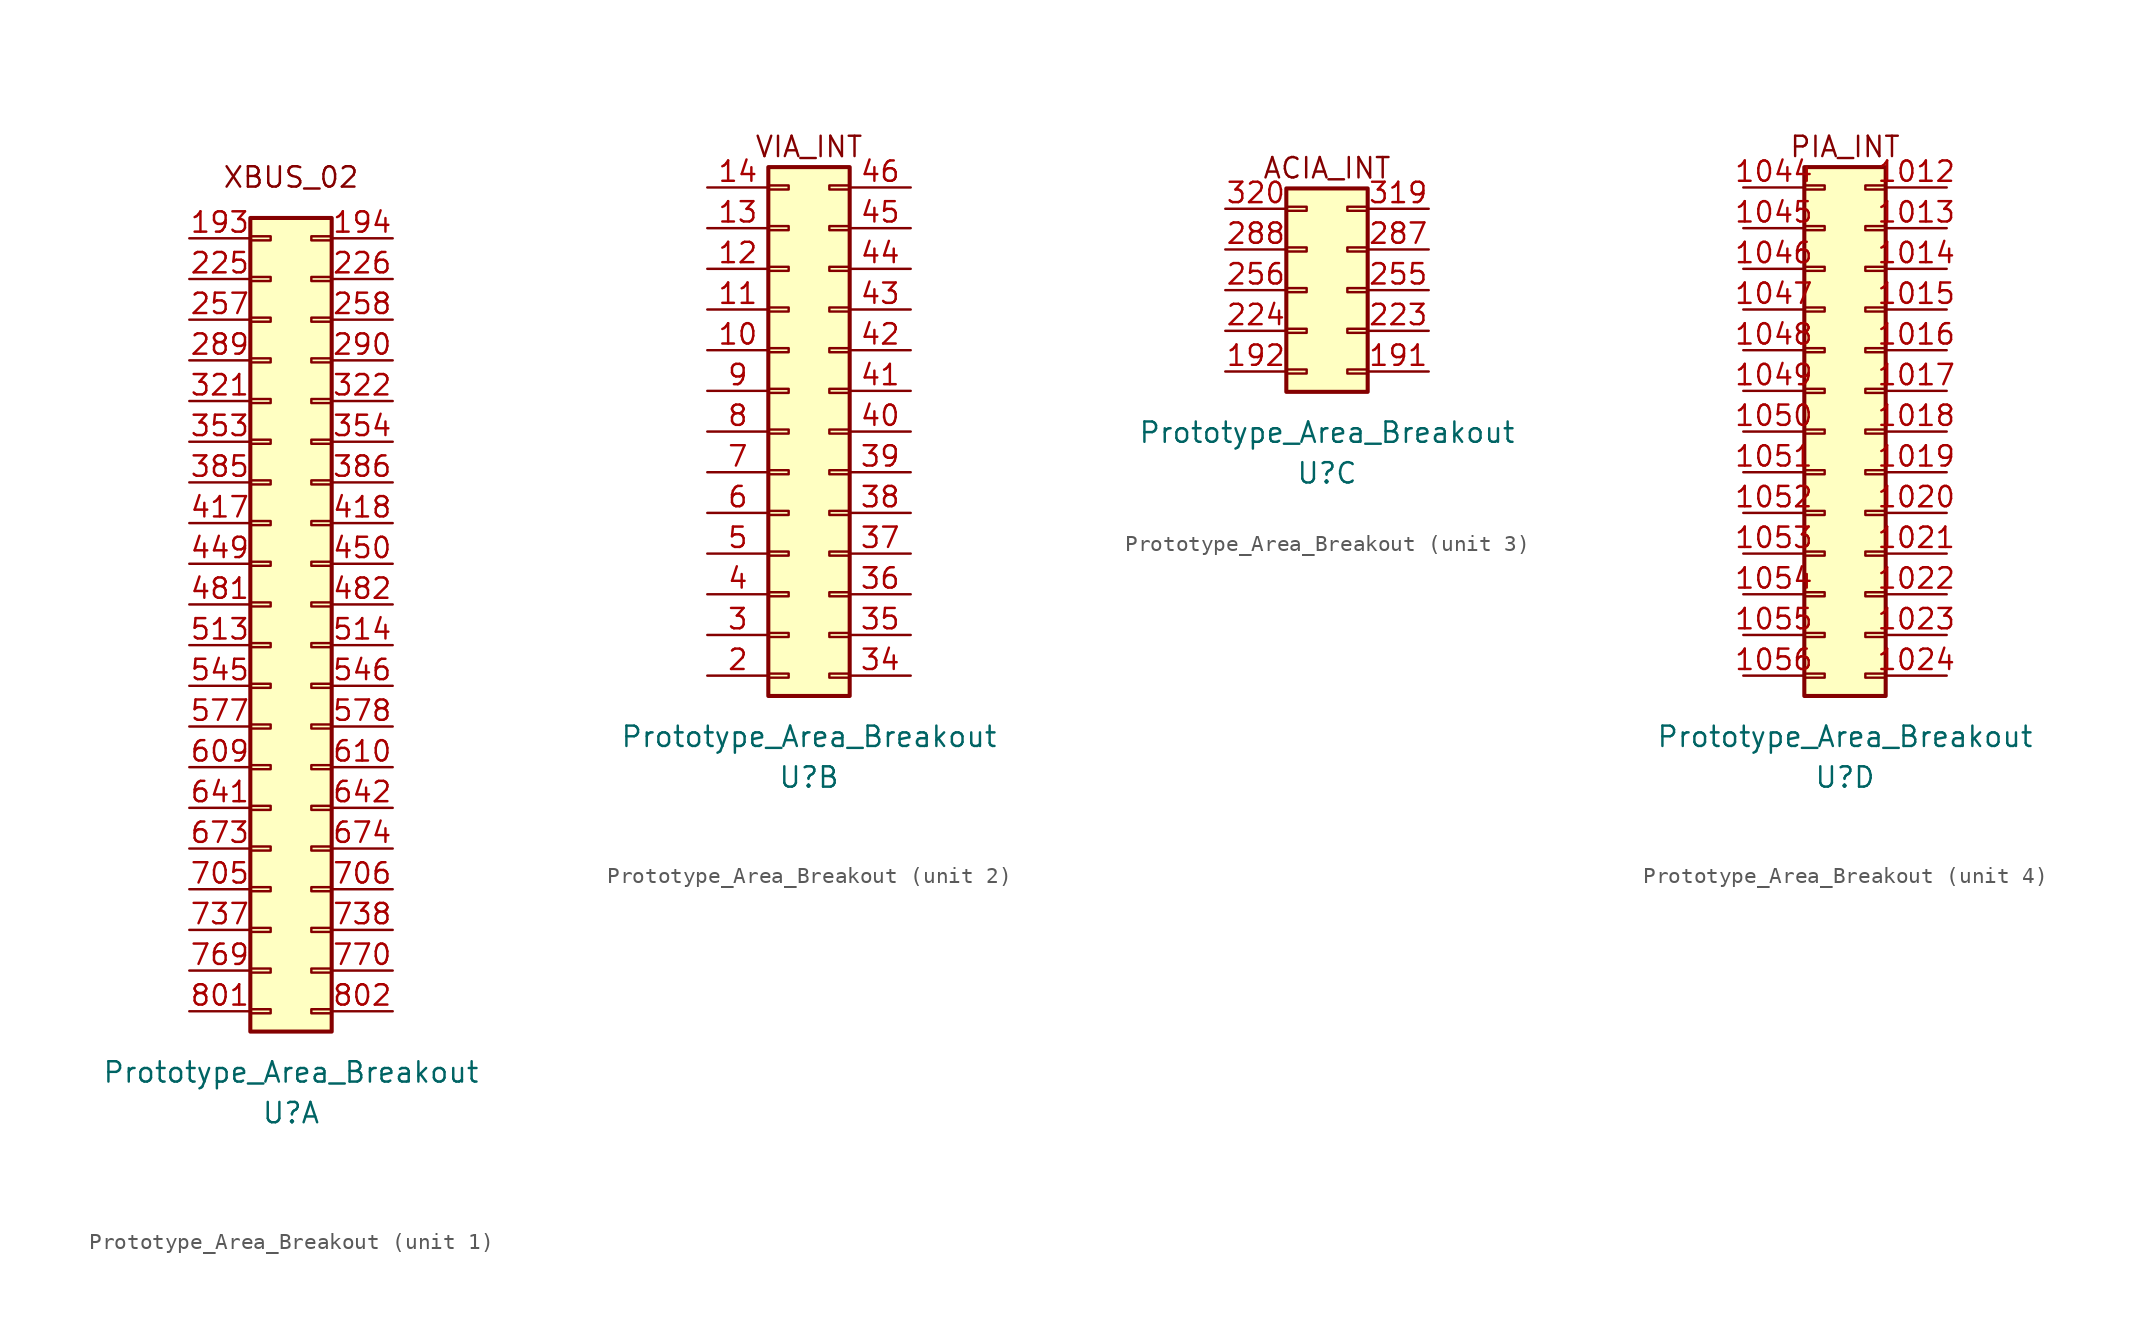
<source format=kicad_sym>
(kicad_symbol_lib
  (version 20211014)
  (generator kicad_symbol_editor)
  (symbol "Prototype_Area_Breakout"
    (pin_names hide)
    (property "Reference" "U"
      (at 0 -5.08 0)
      (effects (font (size 1.27 1.27))))
    (property "Value" "Prototype_Area_Breakout"
      (at 0 -2.54 0)
      (effects (font (size 1.27 1.27))))
    (symbol "Prototype_Area_Breakout_0_0"
      (text "" (at 6.35 17.78 0) (effects (font (size 1.27 1.27)))))
    (symbol "Prototype_Area_Breakout_1_0"
      (text "XBUS_02" (at 0 53.34 0) (effects (font (size 1.27 1.27)))))
    (symbol "Prototype_Area_Breakout_1_1"
      (rectangle (start -2.54 1.397) (end -1.27 1.143) (stroke (width 0.152) (type default) (color 0 0 0 0)) (fill (type none)))
      (rectangle (start -2.54 3.937) (end -1.27 3.683) (stroke (width 0.152) (type default) (color 0 0 0 0)) (fill (type none)))
      (rectangle (start -2.54 6.477) (end -1.27 6.223) (stroke (width 0.152) (type default) (color 0 0 0 0)) (fill (type none)))
      (rectangle (start -2.54 9.017) (end -1.27 8.763) (stroke (width 0.152) (type default) (color 0 0 0 0)) (fill (type none)))
      (rectangle (start -2.54 11.557) (end -1.27 11.303) (stroke (width 0.152) (type default) (color 0 0 0 0)) (fill (type none)))
      (rectangle (start -2.54 14.097) (end -1.27 13.843) (stroke (width 0.152) (type default) (color 0 0 0 0)) (fill (type none)))
      (rectangle (start -2.54 16.637) (end -1.27 16.383) (stroke (width 0.152) (type default) (color 0 0 0 0)) (fill (type none)))
      (rectangle (start -2.54 19.177) (end -1.27 18.923) (stroke (width 0.152) (type default) (color 0 0 0 0)) (fill (type none)))
      (rectangle (start -2.54 21.717) (end -1.27 21.463) (stroke (width 0.152) (type default) (color 0 0 0 0)) (fill (type none)))
      (rectangle (start -2.54 24.257) (end -1.27 24.003) (stroke (width 0.152) (type default) (color 0 0 0 0)) (fill (type none)))
      (rectangle (start -2.54 26.797) (end -1.27 26.543) (stroke (width 0.152) (type default) (color 0 0 0 0)) (fill (type none)))
      (rectangle (start -2.54 29.337) (end -1.27 29.083) (stroke (width 0.152) (type default) (color 0 0 0 0)) (fill (type none)))
      (rectangle (start -2.54 31.877) (end -1.27 31.623) (stroke (width 0.152) (type default) (color 0 0 0 0)) (fill (type none)))
      (rectangle (start -2.54 34.417) (end -1.27 34.163) (stroke (width 0.152) (type default) (color 0 0 0 0)) (fill (type none)))
      (rectangle (start -2.54 36.957) (end -1.27 36.703) (stroke (width 0.152) (type default) (color 0 0 0 0)) (fill (type none)))
      (rectangle (start -2.54 39.497) (end -1.27 39.243) (stroke (width 0.152) (type default) (color 0 0 0 0)) (fill (type none)))
      (rectangle (start -2.54 42.037) (end -1.27 41.783) (stroke (width 0.152) (type default) (color 0 0 0 0)) (fill (type none)))
      (rectangle (start -2.54 44.577) (end -1.27 44.323) (stroke (width 0.152) (type default) (color 0 0 0 0)) (fill (type none)))
      (rectangle (start -2.54 47.117) (end -1.27 46.863) (stroke (width 0.152) (type default) (color 0 0 0 0)) (fill (type none)))
      (rectangle (start -2.54 49.657) (end -1.27 49.403) (stroke (width 0.152) (type default) (color 0 0 0 0)) (fill (type none)))
      (rectangle (start -2.54 50.8) (end 2.54 0) (stroke (width 0.254) (type default) (color 0 0 0 0)) (fill (type background)))
      (rectangle (start 2.54 1.397) (end 1.27 1.143) (stroke (width 0.152) (type default) (color 0 0 0 0)) (fill (type none)))
      (rectangle (start 2.54 3.937) (end 1.27 3.683) (stroke (width 0.152) (type default) (color 0 0 0 0)) (fill (type none)))
      (rectangle (start 2.54 6.477) (end 1.27 6.223) (stroke (width 0.152) (type default) (color 0 0 0 0)) (fill (type none)))
      (rectangle (start 2.54 9.017) (end 1.27 8.763) (stroke (width 0.152) (type default) (color 0 0 0 0)) (fill (type none)))
      (rectangle (start 2.54 11.557) (end 1.27 11.303) (stroke (width 0.152) (type default) (color 0 0 0 0)) (fill (type none)))
      (rectangle (start 2.54 14.097) (end 1.27 13.843) (stroke (width 0.152) (type default) (color 0 0 0 0)) (fill (type none)))
      (rectangle (start 2.54 16.637) (end 1.27 16.383) (stroke (width 0.152) (type default) (color 0 0 0 0)) (fill (type none)))
      (rectangle (start 2.54 19.177) (end 1.27 18.923) (stroke (width 0.152) (type default) (color 0 0 0 0)) (fill (type none)))
      (rectangle (start 2.54 21.717) (end 1.27 21.463) (stroke (width 0.152) (type default) (color 0 0 0 0)) (fill (type none)))
      (rectangle (start 2.54 24.257) (end 1.27 24.003) (stroke (width 0.152) (type default) (color 0 0 0 0)) (fill (type none)))
      (rectangle (start 2.54 26.797) (end 1.27 26.543) (stroke (width 0.152) (type default) (color 0 0 0 0)) (fill (type none)))
      (rectangle (start 2.54 29.337) (end 1.27 29.083) (stroke (width 0.152) (type default) (color 0 0 0 0)) (fill (type none)))
      (rectangle (start 2.54 31.877) (end 1.27 31.623) (stroke (width 0.152) (type default) (color 0 0 0 0)) (fill (type none)))
      (rectangle (start 2.54 34.417) (end 1.27 34.163) (stroke (width 0.152) (type default) (color 0 0 0 0)) (fill (type none)))
      (rectangle (start 2.54 36.957) (end 1.27 36.703) (stroke (width 0.152) (type default) (color 0 0 0 0)) (fill (type none)))
      (rectangle (start 2.54 39.497) (end 1.27 39.243) (stroke (width 0.152) (type default) (color 0 0 0 0)) (fill (type none)))
      (rectangle (start 2.54 42.037) (end 1.27 41.783) (stroke (width 0.152) (type default) (color 0 0 0 0)) (fill (type none)))
      (rectangle (start 2.54 44.577) (end 1.27 44.323) (stroke (width 0.152) (type default) (color 0 0 0 0)) (fill (type none)))
      (rectangle (start 2.54 47.117) (end 1.27 46.863) (stroke (width 0.152) (type default) (color 0 0 0 0)) (fill (type none)))
      (rectangle (start 2.54 49.657) (end 1.27 49.403) (stroke (width 0.152) (type default) (color 0 0 0 0)) (fill (type none)))
      (pin passive line (at -6.35 49.53 0) (length 3.81) (name "Pin_1" (effects (font (size 1.27 1.27)))) (number "193" (effects (font (size 1.27 1.27)))))
      (pin passive line (at 6.35 49.53 180) (length 3.81) (name "Pin_2" (effects (font (size 1.27 1.27)))) (number "194" (effects (font (size 1.27 1.27)))))
      (pin passive line (at -6.35 46.99 0) (length 3.81) (name "Pin_3" (effects (font (size 1.27 1.27)))) (number "225" (effects (font (size 1.27 1.27)))))
      (pin passive line (at 6.35 46.99 180) (length 3.81) (name "Pin_4" (effects (font (size 1.27 1.27)))) (number "226" (effects (font (size 1.27 1.27)))))
      (pin passive line (at -6.35 44.45 0) (length 3.81) (name "Pin_5" (effects (font (size 1.27 1.27)))) (number "257" (effects (font (size 1.27 1.27)))))
      (pin passive line (at 6.35 44.45 180) (length 3.81) (name "Pin_6" (effects (font (size 1.27 1.27)))) (number "258" (effects (font (size 1.27 1.27)))))
      (pin passive line (at -6.35 41.91 0) (length 3.81) (name "Pin_7" (effects (font (size 1.27 1.27)))) (number "289" (effects (font (size 1.27 1.27)))))
      (pin passive line (at 6.35 41.91 180) (length 3.81) (name "Pin_8" (effects (font (size 1.27 1.27)))) (number "290" (effects (font (size 1.27 1.27)))))
      (pin passive line (at -6.35 39.37 0) (length 3.81) (name "Pin_9" (effects (font (size 1.27 1.27)))) (number "321" (effects (font (size 1.27 1.27)))))
      (pin passive line (at 6.35 39.37 180) (length 3.81) (name "Pin_10" (effects (font (size 1.27 1.27)))) (number "322" (effects (font (size 1.27 1.27)))))
      (pin passive line (at -6.35 36.83 0) (length 3.81) (name "Pin_11" (effects (font (size 1.27 1.27)))) (number "353" (effects (font (size 1.27 1.27)))))
      (pin passive line (at 6.35 36.83 180) (length 3.81) (name "Pin_12" (effects (font (size 1.27 1.27)))) (number "354" (effects (font (size 1.27 1.27)))))
      (pin passive line (at -6.35 34.29 0) (length 3.81) (name "Pin_13" (effects (font (size 1.27 1.27)))) (number "385" (effects (font (size 1.27 1.27)))))
      (pin passive line (at 6.35 34.29 180) (length 3.81) (name "Pin_14" (effects (font (size 1.27 1.27)))) (number "386" (effects (font (size 1.27 1.27)))))
      (pin passive line (at -6.35 31.75 0) (length 3.81) (name "Pin_15" (effects (font (size 1.27 1.27)))) (number "417" (effects (font (size 1.27 1.27)))))
      (pin passive line (at 6.35 31.75 180) (length 3.81) (name "Pin_16" (effects (font (size 1.27 1.27)))) (number "418" (effects (font (size 1.27 1.27)))))
      (pin passive line (at -6.35 29.21 0) (length 3.81) (name "Pin_17" (effects (font (size 1.27 1.27)))) (number "449" (effects (font (size 1.27 1.27)))))
      (pin passive line (at 6.35 29.21 180) (length 3.81) (name "Pin_18" (effects (font (size 1.27 1.27)))) (number "450" (effects (font (size 1.27 1.27)))))
      (pin passive line (at -6.35 26.67 0) (length 3.81) (name "Pin_19" (effects (font (size 1.27 1.27)))) (number "481" (effects (font (size 1.27 1.27)))))
      (pin passive line (at 6.35 26.67 180) (length 3.81) (name "Pin_20" (effects (font (size 1.27 1.27)))) (number "482" (effects (font (size 1.27 1.27)))))
      (pin passive line (at -6.35 24.13 0) (length 3.81) (name "Pin_21" (effects (font (size 1.27 1.27)))) (number "513" (effects (font (size 1.27 1.27)))))
      (pin passive line (at 6.35 24.13 180) (length 3.81) (name "Pin_22" (effects (font (size 1.27 1.27)))) (number "514" (effects (font (size 1.27 1.27)))))
      (pin passive line (at -6.35 21.59 0) (length 3.81) (name "Pin_23" (effects (font (size 1.27 1.27)))) (number "545" (effects (font (size 1.27 1.27)))))
      (pin passive line (at 6.35 21.59 180) (length 3.81) (name "Pin_24" (effects (font (size 1.27 1.27)))) (number "546" (effects (font (size 1.27 1.27)))))
      (pin passive line (at -6.35 19.05 0) (length 3.81) (name "Pin_25" (effects (font (size 1.27 1.27)))) (number "577" (effects (font (size 1.27 1.27)))))
      (pin passive line (at 6.35 19.05 180) (length 3.81) (name "Pin_26" (effects (font (size 1.27 1.27)))) (number "578" (effects (font (size 1.27 1.27)))))
      (pin passive line (at -6.35 16.51 0) (length 3.81) (name "Pin_27" (effects (font (size 1.27 1.27)))) (number "609" (effects (font (size 1.27 1.27)))))
      (pin passive line (at 6.35 16.51 180) (length 3.81) (name "Pin_28" (effects (font (size 1.27 1.27)))) (number "610" (effects (font (size 1.27 1.27)))))
      (pin passive line (at -6.35 13.97 0) (length 3.81) (name "Pin_29" (effects (font (size 1.27 1.27)))) (number "641" (effects (font (size 1.27 1.27)))))
      (pin passive line (at 6.35 13.97 180) (length 3.81) (name "Pin_30" (effects (font (size 1.27 1.27)))) (number "642" (effects (font (size 1.27 1.27)))))
      (pin passive line (at -6.35 11.43 0) (length 3.81) (name "Pin_31" (effects (font (size 1.27 1.27)))) (number "673" (effects (font (size 1.27 1.27)))))
      (pin passive line (at 6.35 11.43 180) (length 3.81) (name "Pin_32" (effects (font (size 1.27 1.27)))) (number "674" (effects (font (size 1.27 1.27)))))
      (pin passive line (at -6.35 8.89 0) (length 3.81) (name "Pin_33" (effects (font (size 1.27 1.27)))) (number "705" (effects (font (size 1.27 1.27)))))
      (pin passive line (at 6.35 8.89 180) (length 3.81) (name "Pin_34" (effects (font (size 1.27 1.27)))) (number "706" (effects (font (size 1.27 1.27)))))
      (pin passive line (at -6.35 6.35 0) (length 3.81) (name "Pin_35" (effects (font (size 1.27 1.27)))) (number "737" (effects (font (size 1.27 1.27)))))
      (pin passive line (at 6.35 6.35 180) (length 3.81) (name "Pin_36" (effects (font (size 1.27 1.27)))) (number "738" (effects (font (size 1.27 1.27)))))
      (pin passive line (at -6.35 3.81 0) (length 3.81) (name "Pin_37" (effects (font (size 1.27 1.27)))) (number "769" (effects (font (size 1.27 1.27)))))
      (pin passive line (at 6.35 3.81 180) (length 3.81) (name "Pin_38" (effects (font (size 1.27 1.27)))) (number "770" (effects (font (size 1.27 1.27)))))
      (pin passive line (at -6.35 1.27 0) (length 3.81) (name "Pin_39" (effects (font (size 1.27 1.27)))) (number "801" (effects (font (size 1.27 1.27)))))
      (pin passive line (at 6.35 1.27 180) (length 3.81) (name "Pin_40" (effects (font (size 1.27 1.27)))) (number "802" (effects (font (size 1.27 1.27))))))
    (symbol "Prototype_Area_Breakout_2_0"
      (text "VIA_INT" (at 0 34.29 0) (effects (font (size 1.27 1.27)))))
    (symbol "Prototype_Area_Breakout_2_1"
      (rectangle (start -2.54 1.397) (end -1.27 1.143) (stroke (width 0.152) (type default) (color 0 0 0 0)) (fill (type none)))
      (rectangle (start -2.54 3.937) (end -1.27 3.683) (stroke (width 0.152) (type default) (color 0 0 0 0)) (fill (type none)))
      (rectangle (start -2.54 6.477) (end -1.27 6.223) (stroke (width 0.152) (type default) (color 0 0 0 0)) (fill (type none)))
      (rectangle (start -2.54 9.017) (end -1.27 8.763) (stroke (width 0.152) (type default) (color 0 0 0 0)) (fill (type none)))
      (rectangle (start -2.54 11.557) (end -1.27 11.303) (stroke (width 0.152) (type default) (color 0 0 0 0)) (fill (type none)))
      (rectangle (start -2.54 14.097) (end -1.27 13.843) (stroke (width 0.152) (type default) (color 0 0 0 0)) (fill (type none)))
      (rectangle (start -2.54 16.637) (end -1.27 16.383) (stroke (width 0.152) (type default) (color 0 0 0 0)) (fill (type none)))
      (rectangle (start -2.54 19.177) (end -1.27 18.923) (stroke (width 0.152) (type default) (color 0 0 0 0)) (fill (type none)))
      (rectangle (start -2.54 21.717) (end -1.27 21.463) (stroke (width 0.152) (type default) (color 0 0 0 0)) (fill (type none)))
      (rectangle (start -2.54 24.257) (end -1.27 24.003) (stroke (width 0.152) (type default) (color 0 0 0 0)) (fill (type none)))
      (rectangle (start -2.54 26.797) (end -1.27 26.543) (stroke (width 0.152) (type default) (color 0 0 0 0)) (fill (type none)))
      (rectangle (start -2.54 29.337) (end -1.27 29.083) (stroke (width 0.152) (type default) (color 0 0 0 0)) (fill (type none)))
      (rectangle (start -2.54 31.877) (end -1.27 31.623) (stroke (width 0.152) (type default) (color 0 0 0 0)) (fill (type none)))
      (rectangle (start -2.54 33.02) (end 2.54 0) (stroke (width 0.254) (type default) (color 0 0 0 0)) (fill (type background)))
      (rectangle (start 2.54 1.397) (end 1.27 1.143) (stroke (width 0.152) (type default) (color 0 0 0 0)) (fill (type none)))
      (rectangle (start 2.54 3.937) (end 1.27 3.683) (stroke (width 0.152) (type default) (color 0 0 0 0)) (fill (type none)))
      (rectangle (start 2.54 6.477) (end 1.27 6.223) (stroke (width 0.152) (type default) (color 0 0 0 0)) (fill (type none)))
      (rectangle (start 2.54 9.017) (end 1.27 8.763) (stroke (width 0.152) (type default) (color 0 0 0 0)) (fill (type none)))
      (rectangle (start 2.54 11.557) (end 1.27 11.303) (stroke (width 0.152) (type default) (color 0 0 0 0)) (fill (type none)))
      (rectangle (start 2.54 14.097) (end 1.27 13.843) (stroke (width 0.152) (type default) (color 0 0 0 0)) (fill (type none)))
      (rectangle (start 2.54 16.637) (end 1.27 16.383) (stroke (width 0.152) (type default) (color 0 0 0 0)) (fill (type none)))
      (rectangle (start 2.54 19.177) (end 1.27 18.923) (stroke (width 0.152) (type default) (color 0 0 0 0)) (fill (type none)))
      (rectangle (start 2.54 21.717) (end 1.27 21.463) (stroke (width 0.152) (type default) (color 0 0 0 0)) (fill (type none)))
      (rectangle (start 2.54 24.257) (end 1.27 24.003) (stroke (width 0.152) (type default) (color 0 0 0 0)) (fill (type none)))
      (rectangle (start 2.54 26.797) (end 1.27 26.543) (stroke (width 0.152) (type default) (color 0 0 0 0)) (fill (type none)))
      (rectangle (start 2.54 29.337) (end 1.27 29.083) (stroke (width 0.152) (type default) (color 0 0 0 0)) (fill (type none)))
      (rectangle (start 2.54 31.877) (end 1.27 31.623) (stroke (width 0.152) (type default) (color 0 0 0 0)) (fill (type none)))
      (pin passive line (at -6.35 21.59 0) (length 3.81) (name "Pin_9" (effects (font (size 1.27 1.27)))) (number "10" (effects (font (size 1.27 1.27)))))
      (pin passive line (at -6.35 24.13 0) (length 3.81) (name "Pin_7" (effects (font (size 1.27 1.27)))) (number "11" (effects (font (size 1.27 1.27)))))
      (pin passive line (at -6.35 26.67 0) (length 3.81) (name "Pin_5" (effects (font (size 1.27 1.27)))) (number "12" (effects (font (size 1.27 1.27)))))
      (pin passive line (at -6.35 29.21 0) (length 3.81) (name "Pin_3" (effects (font (size 1.27 1.27)))) (number "13" (effects (font (size 1.27 1.27)))))
      (pin passive line (at -6.35 31.75 0) (length 3.81) (name "Pin_1" (effects (font (size 1.27 1.27)))) (number "14" (effects (font (size 1.27 1.27)))))
      (pin passive line (at -6.35 1.27 0) (length 3.81) (name "Pin_25" (effects (font (size 1.27 1.27)))) (number "2" (effects (font (size 1.27 1.27)))))
      (pin passive line (at -6.35 3.81 0) (length 3.81) (name "Pin_23" (effects (font (size 1.27 1.27)))) (number "3" (effects (font (size 1.27 1.27)))))
      (pin passive line (at 6.35 1.27 180) (length 3.81) (name "Pin_26" (effects (font (size 1.27 1.27)))) (number "34" (effects (font (size 1.27 1.27)))))
      (pin passive line (at 6.35 3.81 180) (length 3.81) (name "Pin_24" (effects (font (size 1.27 1.27)))) (number "35" (effects (font (size 1.27 1.27)))))
      (pin passive line (at 6.35 6.35 180) (length 3.81) (name "Pin_22" (effects (font (size 1.27 1.27)))) (number "36" (effects (font (size 1.27 1.27)))))
      (pin passive line (at 6.35 8.89 180) (length 3.81) (name "Pin_20" (effects (font (size 1.27 1.27)))) (number "37" (effects (font (size 1.27 1.27)))))
      (pin passive line (at 6.35 11.43 180) (length 3.81) (name "Pin_18" (effects (font (size 1.27 1.27)))) (number "38" (effects (font (size 1.27 1.27)))))
      (pin passive line (at 6.35 13.97 180) (length 3.81) (name "Pin_16" (effects (font (size 1.27 1.27)))) (number "39" (effects (font (size 1.27 1.27)))))
      (pin passive line (at -6.35 6.35 0) (length 3.81) (name "Pin_21" (effects (font (size 1.27 1.27)))) (number "4" (effects (font (size 1.27 1.27)))))
      (pin passive line (at 6.35 16.51 180) (length 3.81) (name "Pin_14" (effects (font (size 1.27 1.27)))) (number "40" (effects (font (size 1.27 1.27)))))
      (pin passive line (at 6.35 19.05 180) (length 3.81) (name "Pin_12" (effects (font (size 1.27 1.27)))) (number "41" (effects (font (size 1.27 1.27)))))
      (pin passive line (at 6.35 21.59 180) (length 3.81) (name "Pin_10" (effects (font (size 1.27 1.27)))) (number "42" (effects (font (size 1.27 1.27)))))
      (pin passive line (at 6.35 24.13 180) (length 3.81) (name "Pin_8" (effects (font (size 1.27 1.27)))) (number "43" (effects (font (size 1.27 1.27)))))
      (pin passive line (at 6.35 26.67 180) (length 3.81) (name "Pin_6" (effects (font (size 1.27 1.27)))) (number "44" (effects (font (size 1.27 1.27)))))
      (pin passive line (at 6.35 29.21 180) (length 3.81) (name "Pin_4" (effects (font (size 1.27 1.27)))) (number "45" (effects (font (size 1.27 1.27)))))
      (pin passive line (at 6.35 31.75 180) (length 3.81) (name "Pin_2" (effects (font (size 1.27 1.27)))) (number "46" (effects (font (size 1.27 1.27)))))
      (pin passive line (at -6.35 8.89 0) (length 3.81) (name "Pin_19" (effects (font (size 1.27 1.27)))) (number "5" (effects (font (size 1.27 1.27)))))
      (pin passive line (at -6.35 11.43 0) (length 3.81) (name "Pin_17" (effects (font (size 1.27 1.27)))) (number "6" (effects (font (size 1.27 1.27)))))
      (pin passive line (at -6.35 13.97 0) (length 3.81) (name "Pin_15" (effects (font (size 1.27 1.27)))) (number "7" (effects (font (size 1.27 1.27)))))
      (pin passive line (at -6.35 16.51 0) (length 3.81) (name "Pin_13" (effects (font (size 1.27 1.27)))) (number "8" (effects (font (size 1.27 1.27)))))
      (pin passive line (at -6.35 19.05 0) (length 3.81) (name "Pin_11" (effects (font (size 1.27 1.27)))) (number "9" (effects (font (size 1.27 1.27))))))
    (symbol "Prototype_Area_Breakout_3_0"
      (text "ACIA_INT" (at 0 13.97 0) (effects (font (size 1.27 1.27)))))
    (symbol "Prototype_Area_Breakout_3_1"
      (rectangle (start -2.54 1.397) (end -1.27 1.143) (stroke (width 0.152) (type default) (color 0 0 0 0)) (fill (type none)))
      (rectangle (start -2.54 3.937) (end -1.27 3.683) (stroke (width 0.152) (type default) (color 0 0 0 0)) (fill (type none)))
      (rectangle (start -2.54 6.477) (end -1.27 6.223) (stroke (width 0.152) (type default) (color 0 0 0 0)) (fill (type none)))
      (rectangle (start -2.54 9.017) (end -1.27 8.763) (stroke (width 0.152) (type default) (color 0 0 0 0)) (fill (type none)))
      (rectangle (start -2.54 11.557) (end -1.27 11.303) (stroke (width 0.152) (type default) (color 0 0 0 0)) (fill (type none)))
      (rectangle (start -2.54 12.7) (end 2.54 0) (stroke (width 0.254) (type default) (color 0 0 0 0)) (fill (type background)))
      (rectangle (start 2.54 1.397) (end 1.27 1.143) (stroke (width 0.152) (type default) (color 0 0 0 0)) (fill (type none)))
      (rectangle (start 2.54 3.937) (end 1.27 3.683) (stroke (width 0.152) (type default) (color 0 0 0 0)) (fill (type none)))
      (rectangle (start 2.54 6.477) (end 1.27 6.223) (stroke (width 0.152) (type default) (color 0 0 0 0)) (fill (type none)))
      (rectangle (start 2.54 9.017) (end 1.27 8.763) (stroke (width 0.152) (type default) (color 0 0 0 0)) (fill (type none)))
      (rectangle (start 2.54 11.557) (end 1.27 11.303) (stroke (width 0.152) (type default) (color 0 0 0 0)) (fill (type none)))
      (pin passive line (at 6.35 1.27 180) (length 3.81) (name "Pin_10" (effects (font (size 1.27 1.27)))) (number "191" (effects (font (size 1.27 1.27)))))
      (pin passive line (at -6.35 1.27 0) (length 3.81) (name "Pin_9" (effects (font (size 1.27 1.27)))) (number "192" (effects (font (size 1.27 1.27)))))
      (pin passive line (at 6.35 3.81 180) (length 3.81) (name "Pin_8" (effects (font (size 1.27 1.27)))) (number "223" (effects (font (size 1.27 1.27)))))
      (pin passive line (at -6.35 3.81 0) (length 3.81) (name "Pin_7" (effects (font (size 1.27 1.27)))) (number "224" (effects (font (size 1.27 1.27)))))
      (pin passive line (at 6.35 6.35 180) (length 3.81) (name "Pin_6" (effects (font (size 1.27 1.27)))) (number "255" (effects (font (size 1.27 1.27)))))
      (pin passive line (at -6.35 6.35 0) (length 3.81) (name "Pin_5" (effects (font (size 1.27 1.27)))) (number "256" (effects (font (size 1.27 1.27)))))
      (pin passive line (at 6.35 8.89 180) (length 3.81) (name "Pin_4" (effects (font (size 1.27 1.27)))) (number "287" (effects (font (size 1.27 1.27)))))
      (pin passive line (at -6.35 8.89 0) (length 3.81) (name "Pin_3" (effects (font (size 1.27 1.27)))) (number "288" (effects (font (size 1.27 1.27)))))
      (pin passive line (at 6.35 11.43 180) (length 3.81) (name "Pin_2" (effects (font (size 1.27 1.27)))) (number "319" (effects (font (size 1.27 1.27)))))
      (pin passive line (at -6.35 11.43 0) (length 3.81) (name "Pin_1" (effects (font (size 1.27 1.27)))) (number "320" (effects (font (size 1.27 1.27))))))
    (symbol "Prototype_Area_Breakout_4_0"
      (text "PIA_INT" (at 0 34.29 0) (effects (font (size 1.27 1.27)))))
    (symbol "Prototype_Area_Breakout_4_1"
      (rectangle (start -2.54 1.397) (end -1.27 1.143) (stroke (width 0.152) (type default) (color 0 0 0 0)) (fill (type none)))
      (rectangle (start -2.54 3.937) (end -1.27 3.683) (stroke (width 0.152) (type default) (color 0 0 0 0)) (fill (type none)))
      (rectangle (start -2.54 6.477) (end -1.27 6.223) (stroke (width 0.152) (type default) (color 0 0 0 0)) (fill (type none)))
      (rectangle (start -2.54 9.017) (end -1.27 8.763) (stroke (width 0.152) (type default) (color 0 0 0 0)) (fill (type none)))
      (rectangle (start -2.54 11.557) (end -1.27 11.303) (stroke (width 0.152) (type default) (color 0 0 0 0)) (fill (type none)))
      (rectangle (start -2.54 14.097) (end -1.27 13.843) (stroke (width 0.152) (type default) (color 0 0 0 0)) (fill (type none)))
      (rectangle (start -2.54 16.637) (end -1.27 16.383) (stroke (width 0.152) (type default) (color 0 0 0 0)) (fill (type none)))
      (rectangle (start -2.54 19.177) (end -1.27 18.923) (stroke (width 0.152) (type default) (color 0 0 0 0)) (fill (type none)))
      (rectangle (start -2.54 21.717) (end -1.27 21.463) (stroke (width 0.152) (type default) (color 0 0 0 0)) (fill (type none)))
      (rectangle (start -2.54 24.257) (end -1.27 24.003) (stroke (width 0.152) (type default) (color 0 0 0 0)) (fill (type none)))
      (rectangle (start -2.54 26.797) (end -1.27 26.543) (stroke (width 0.152) (type default) (color 0 0 0 0)) (fill (type none)))
      (rectangle (start -2.54 29.337) (end -1.27 29.083) (stroke (width 0.152) (type default) (color 0 0 0 0)) (fill (type none)))
      (rectangle (start -2.54 31.877) (end -1.27 31.623) (stroke (width 0.152) (type default) (color 0 0 0 0)) (fill (type none)))
      (rectangle (start -2.54 33.02) (end 2.54 0) (stroke (width 0.254) (type default) (color 0 0 0 0)) (fill (type background)))
      (rectangle (start 2.54 1.397) (end 1.27 1.143) (stroke (width 0.152) (type default) (color 0 0 0 0)) (fill (type none)))
      (rectangle (start 2.54 3.937) (end 1.27 3.683) (stroke (width 0.152) (type default) (color 0 0 0 0)) (fill (type none)))
      (rectangle (start 2.54 6.477) (end 1.27 6.223) (stroke (width 0.152) (type default) (color 0 0 0 0)) (fill (type none)))
      (rectangle (start 2.54 9.017) (end 1.27 8.763) (stroke (width 0.152) (type default) (color 0 0 0 0)) (fill (type none)))
      (rectangle (start 2.54 11.557) (end 1.27 11.303) (stroke (width 0.152) (type default) (color 0 0 0 0)) (fill (type none)))
      (rectangle (start 2.54 14.097) (end 1.27 13.843) (stroke (width 0.152) (type default) (color 0 0 0 0)) (fill (type none)))
      (rectangle (start 2.54 16.637) (end 1.27 16.383) (stroke (width 0.152) (type default) (color 0 0 0 0)) (fill (type none)))
      (rectangle (start 2.54 19.177) (end 1.27 18.923) (stroke (width 0.152) (type default) (color 0 0 0 0)) (fill (type none)))
      (rectangle (start 2.54 21.717) (end 1.27 21.463) (stroke (width 0.152) (type default) (color 0 0 0 0)) (fill (type none)))
      (rectangle (start 2.54 24.257) (end 1.27 24.003) (stroke (width 0.152) (type default) (color 0 0 0 0)) (fill (type none)))
      (rectangle (start 2.54 26.797) (end 1.27 26.543) (stroke (width 0.152) (type default) (color 0 0 0 0)) (fill (type none)))
      (rectangle (start 2.54 29.337) (end 1.27 29.083) (stroke (width 0.152) (type default) (color 0 0 0 0)) (fill (type none)))
      (rectangle (start 2.54 31.877) (end 1.27 31.623) (stroke (width 0.152) (type default) (color 0 0 0 0)) (fill (type none)))
      (pin passive line (at 6.35 31.75 180) (length 3.81) (name "Pin_2" (effects (font (size 1.27 1.27)))) (number "1012" (effects (font (size 1.27 1.27)))))
      (pin passive line (at 6.35 29.21 180) (length 3.81) (name "Pin_4" (effects (font (size 1.27 1.27)))) (number "1013" (effects (font (size 1.27 1.27)))))
      (pin passive line (at 6.35 26.67 180) (length 3.81) (name "Pin_6" (effects (font (size 1.27 1.27)))) (number "1014" (effects (font (size 1.27 1.27)))))
      (pin passive line (at 6.35 24.13 180) (length 3.81) (name "Pin_8" (effects (font (size 1.27 1.27)))) (number "1015" (effects (font (size 1.27 1.27)))))
      (pin passive line (at 6.35 21.59 180) (length 3.81) (name "Pin_10" (effects (font (size 1.27 1.27)))) (number "1016" (effects (font (size 1.27 1.27)))))
      (pin passive line (at 6.35 19.05 180) (length 3.81) (name "Pin_12" (effects (font (size 1.27 1.27)))) (number "1017" (effects (font (size 1.27 1.27)))))
      (pin passive line (at 6.35 16.51 180) (length 3.81) (name "Pin_14" (effects (font (size 1.27 1.27)))) (number "1018" (effects (font (size 1.27 1.27)))))
      (pin passive line (at 6.35 13.97 180) (length 3.81) (name "Pin_16" (effects (font (size 1.27 1.27)))) (number "1019" (effects (font (size 1.27 1.27)))))
      (pin passive line (at 6.35 11.43 180) (length 3.81) (name "Pin_18" (effects (font (size 1.27 1.27)))) (number "1020" (effects (font (size 1.27 1.27)))))
      (pin passive line (at 6.35 8.89 180) (length 3.81) (name "Pin_20" (effects (font (size 1.27 1.27)))) (number "1021" (effects (font (size 1.27 1.27)))))
      (pin passive line (at 6.35 6.35 180) (length 3.81) (name "Pin_22" (effects (font (size 1.27 1.27)))) (number "1022" (effects (font (size 1.27 1.27)))))
      (pin passive line (at 6.35 3.81 180) (length 3.81) (name "Pin_24" (effects (font (size 1.27 1.27)))) (number "1023" (effects (font (size 1.27 1.27)))))
      (pin passive line (at 6.35 1.27 180) (length 3.81) (name "Pin_26" (effects (font (size 1.27 1.27)))) (number "1024" (effects (font (size 1.27 1.27)))))
      (pin passive line (at -6.35 31.75 0) (length 3.81) (name "Pin_1" (effects (font (size 1.27 1.27)))) (number "1044" (effects (font (size 1.27 1.27)))))
      (pin passive line (at -6.35 29.21 0) (length 3.81) (name "Pin_3" (effects (font (size 1.27 1.27)))) (number "1045" (effects (font (size 1.27 1.27)))))
      (pin passive line (at -6.35 26.67 0) (length 3.81) (name "Pin_5" (effects (font (size 1.27 1.27)))) (number "1046" (effects (font (size 1.27 1.27)))))
      (pin passive line (at -6.35 24.13 0) (length 3.81) (name "Pin_7" (effects (font (size 1.27 1.27)))) (number "1047" (effects (font (size 1.27 1.27)))))
      (pin passive line (at -6.35 21.59 0) (length 3.81) (name "Pin_9" (effects (font (size 1.27 1.27)))) (number "1048" (effects (font (size 1.27 1.27)))))
      (pin passive line (at -6.35 19.05 0) (length 3.81) (name "Pin_11" (effects (font (size 1.27 1.27)))) (number "1049" (effects (font (size 1.27 1.27)))))
      (pin passive line (at -6.35 16.51 0) (length 3.81) (name "Pin_13" (effects (font (size 1.27 1.27)))) (number "1050" (effects (font (size 1.27 1.27)))))
      (pin passive line (at -6.35 13.97 0) (length 3.81) (name "Pin_15" (effects (font (size 1.27 1.27)))) (number "1051" (effects (font (size 1.27 1.27)))))
      (pin passive line (at -6.35 11.43 0) (length 3.81) (name "Pin_17" (effects (font (size 1.27 1.27)))) (number "1052" (effects (font (size 1.27 1.27)))))
      (pin passive line (at -6.35 8.89 0) (length 3.81) (name "Pin_19" (effects (font (size 1.27 1.27)))) (number "1053" (effects (font (size 1.27 1.27)))))
      (pin passive line (at -6.35 6.35 0) (length 3.81) (name "Pin_21" (effects (font (size 1.27 1.27)))) (number "1054" (effects (font (size 1.27 1.27)))))
      (pin passive line (at -6.35 3.81 0) (length 3.81) (name "Pin_23" (effects (font (size 1.27 1.27)))) (number "1055" (effects (font (size 1.27 1.27)))))
      (pin passive line (at -6.35 1.27 0) (length 3.81) (name "Pin_25" (effects (font (size 1.27 1.27)))) (number "1056" (effects (font (size 1.27 1.27))))))))
</source>
